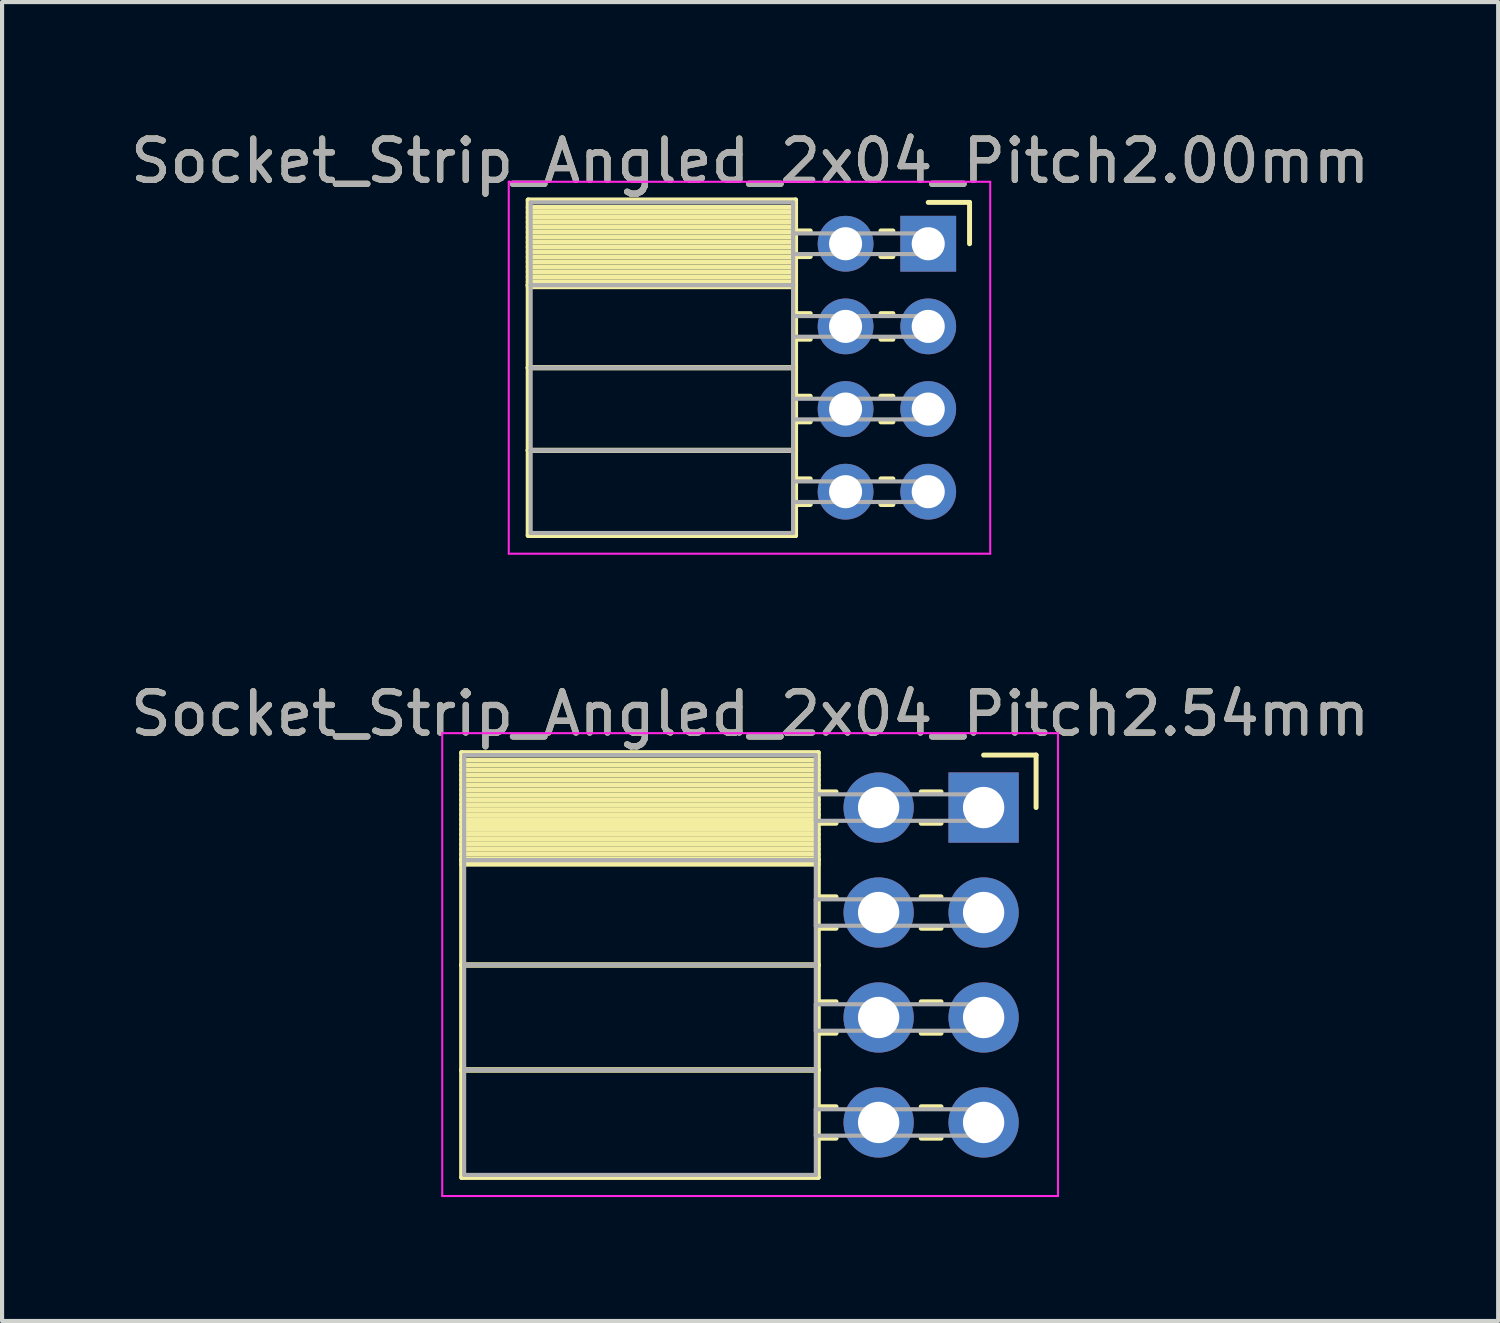
<source format=kicad_pcb>
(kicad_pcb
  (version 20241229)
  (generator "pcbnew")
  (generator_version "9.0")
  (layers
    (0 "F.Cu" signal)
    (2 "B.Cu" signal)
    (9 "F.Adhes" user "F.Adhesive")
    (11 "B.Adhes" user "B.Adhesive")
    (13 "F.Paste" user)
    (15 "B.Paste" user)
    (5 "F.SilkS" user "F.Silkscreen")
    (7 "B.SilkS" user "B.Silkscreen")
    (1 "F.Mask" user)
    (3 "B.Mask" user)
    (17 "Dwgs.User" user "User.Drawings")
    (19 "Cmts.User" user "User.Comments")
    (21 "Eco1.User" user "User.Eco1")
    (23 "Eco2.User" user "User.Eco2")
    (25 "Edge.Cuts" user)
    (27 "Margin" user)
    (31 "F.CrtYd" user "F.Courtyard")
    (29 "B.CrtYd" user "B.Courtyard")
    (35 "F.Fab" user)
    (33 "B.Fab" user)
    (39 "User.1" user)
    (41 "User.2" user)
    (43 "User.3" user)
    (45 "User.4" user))
  (footprint "Socket_Strip_Angled_2x04_Pitch2.54mm"
    (layer "F.Cu")
    (at 20.751 16.491)
    (property "Reference" "Socket_Strip_Angled_2x04_Pitch2.54mm" (at -5.65 -2.27 0) (layer "F.SilkS") (effects (font (size 1 1) (thickness 0.15))))
    (attr through_hole)
    (fp_line (start -12.63 -1.33) (end -4 -1.33) (stroke (width 0.12) (type solid)) (layer "F.SilkS"))
    (fp_line (start -12.63 1.27) (end -12.63 -1.33) (stroke (width 0.12) (type solid)) (layer "F.SilkS"))
    (fp_line (start -12.63 1.27) (end -4 1.27) (stroke (width 0.12) (type solid)) (layer "F.SilkS"))
    (fp_line (start -12.63 3.81) (end -12.63 1.27) (stroke (width 0.12) (type solid)) (layer "F.SilkS"))
    (fp_line (start -12.63 3.81) (end -4 3.81) (stroke (width 0.12) (type solid)) (layer "F.SilkS"))
    (fp_line (start -12.63 6.35) (end -12.63 3.81) (stroke (width 0.12) (type solid)) (layer "F.SilkS"))
    (fp_line (start -12.63 6.35) (end -4 6.35) (stroke (width 0.12) (type solid)) (layer "F.SilkS"))
    (fp_line (start -12.63 8.95) (end -12.63 6.35) (stroke (width 0.12) (type solid)) (layer "F.SilkS"))
    (fp_line (start -4 -1.33) (end -4 1.27) (stroke (width 0.12) (type solid)) (layer "F.SilkS"))
    (fp_line (start -4 -1.15) (end -12.63 -1.15) (stroke (width 0.12) (type solid)) (layer "F.SilkS"))
    (fp_line (start -4 -1.03) (end -12.63 -1.03) (stroke (width 0.12) (type solid)) (layer "F.SilkS"))
    (fp_line (start -4 -0.91) (end -12.63 -0.91) (stroke (width 0.12) (type solid)) (layer "F.SilkS"))
    (fp_line (start -4 -0.79) (end -12.63 -0.79) (stroke (width 0.12) (type solid)) (layer "F.SilkS"))
    (fp_line (start -4 -0.67) (end -12.63 -0.67) (stroke (width 0.12) (type solid)) (layer "F.SilkS"))
    (fp_line (start -4 -0.55) (end -12.63 -0.55) (stroke (width 0.12) (type solid)) (layer "F.SilkS"))
    (fp_line (start -4 -0.43) (end -12.63 -0.43) (stroke (width 0.12) (type solid)) (layer "F.SilkS"))
    (fp_line (start -4 -0.31) (end -12.63 -0.31) (stroke (width 0.12) (type solid)) (layer "F.SilkS"))
    (fp_line (start -4 -0.19) (end -12.63 -0.19) (stroke (width 0.12) (type solid)) (layer "F.SilkS"))
    (fp_line (start -4 -0.07) (end -12.63 -0.07) (stroke (width 0.12) (type solid)) (layer "F.SilkS"))
    (fp_line (start -4 0.05) (end -12.63 0.05) (stroke (width 0.12) (type solid)) (layer "F.SilkS"))
    (fp_line (start -4 0.17) (end -12.63 0.17) (stroke (width 0.12) (type solid)) (layer "F.SilkS"))
    (fp_line (start -4 0.29) (end -12.63 0.29) (stroke (width 0.12) (type solid)) (layer "F.SilkS"))
    (fp_line (start -4 0.41) (end -12.63 0.41) (stroke (width 0.12) (type solid)) (layer "F.SilkS"))
    (fp_line (start -4 0.53) (end -12.63 0.53) (stroke (width 0.12) (type solid)) (layer "F.SilkS"))
    (fp_line (start -4 0.65) (end -12.63 0.65) (stroke (width 0.12) (type solid)) (layer "F.SilkS"))
    (fp_line (start -4 0.77) (end -12.63 0.77) (stroke (width 0.12) (type solid)) (layer "F.SilkS"))
    (fp_line (start -4 0.89) (end -12.63 0.89) (stroke (width 0.12) (type solid)) (layer "F.SilkS"))
    (fp_line (start -4 1.01) (end -12.63 1.01) (stroke (width 0.12) (type solid)) (layer "F.SilkS"))
    (fp_line (start -4 1.13) (end -12.63 1.13) (stroke (width 0.12) (type solid)) (layer "F.SilkS"))
    (fp_line (start -4 1.25) (end -12.63 1.25) (stroke (width 0.12) (type solid)) (layer "F.SilkS"))
    (fp_line (start -4 1.27) (end -12.63 1.27) (stroke (width 0.12) (type solid)) (layer "F.SilkS"))
    (fp_line (start -4 1.27) (end -4 3.81) (stroke (width 0.12) (type solid)) (layer "F.SilkS"))
    (fp_line (start -4 1.37) (end -12.63 1.37) (stroke (width 0.12) (type solid)) (layer "F.SilkS"))
    (fp_line (start -4 3.81) (end -12.63 3.81) (stroke (width 0.12) (type solid)) (layer "F.SilkS"))
    (fp_line (start -4 3.81) (end -4 6.35) (stroke (width 0.12) (type solid)) (layer "F.SilkS"))
    (fp_line (start -4 6.35) (end -12.63 6.35) (stroke (width 0.12) (type solid)) (layer "F.SilkS"))
    (fp_line (start -4 6.35) (end -4 8.95) (stroke (width 0.12) (type solid)) (layer "F.SilkS"))
    (fp_line (start -4 8.95) (end -12.63 8.95) (stroke (width 0.12) (type solid)) (layer "F.SilkS"))
    (fp_line (start -3.57 -0.38) (end -4 -0.38) (stroke (width 0.12) (type solid)) (layer "F.SilkS"))
    (fp_line (start -3.57 0.38) (end -4 0.38) (stroke (width 0.12) (type solid)) (layer "F.SilkS"))
    (fp_line (start -3.57 2.16) (end -4 2.16) (stroke (width 0.12) (type solid)) (layer "F.SilkS"))
    (fp_line (start -3.57 2.92) (end -4 2.92) (stroke (width 0.12) (type solid)) (layer "F.SilkS"))
    (fp_line (start -3.57 4.7) (end -4 4.7) (stroke (width 0.12) (type solid)) (layer "F.SilkS"))
    (fp_line (start -3.57 5.46) (end -4 5.46) (stroke (width 0.12) (type solid)) (layer "F.SilkS"))
    (fp_line (start -3.57 7.24) (end -4 7.24) (stroke (width 0.12) (type solid)) (layer "F.SilkS"))
    (fp_line (start -3.57 8) (end -4 8) (stroke (width 0.12) (type solid)) (layer "F.SilkS"))
    (fp_line (start -1.03 -0.38) (end -1.51 -0.38) (stroke (width 0.12) (type solid)) (layer "F.SilkS"))
    (fp_line (start -1.03 0.38) (end -1.51 0.38) (stroke (width 0.12) (type solid)) (layer "F.SilkS"))
    (fp_line (start -1.03 2.16) (end -1.51 2.16) (stroke (width 0.12) (type solid)) (layer "F.SilkS"))
    (fp_line (start -1.03 2.92) (end -1.51 2.92) (stroke (width 0.12) (type solid)) (layer "F.SilkS"))
    (fp_line (start -1.03 4.7) (end -1.51 4.7) (stroke (width 0.12) (type solid)) (layer "F.SilkS"))
    (fp_line (start -1.03 5.46) (end -1.51 5.46) (stroke (width 0.12) (type solid)) (layer "F.SilkS"))
    (fp_line (start -1.03 7.24) (end -1.51 7.24) (stroke (width 0.12) (type solid)) (layer "F.SilkS"))
    (fp_line (start -1.03 8) (end -1.51 8) (stroke (width 0.12) (type solid)) (layer "F.SilkS"))
    (fp_line (start 0 -1.27) (end 1.27 -1.27) (stroke (width 0.12) (type solid)) (layer "F.SilkS"))
    (fp_line (start 1.27 -1.27) (end 1.27 0) (stroke (width 0.12) (type solid)) (layer "F.SilkS"))
    (fp_line (start -13.1 -1.8) (end 1.8 -1.8) (stroke (width 0.05) (type solid)) (layer "F.CrtYd"))
    (fp_line (start -13.1 9.4) (end -13.1 -1.8) (stroke (width 0.05) (type solid)) (layer "F.CrtYd"))
    (fp_line (start 1.8 -1.8) (end 1.8 9.4) (stroke (width 0.05) (type solid)) (layer "F.CrtYd"))
    (fp_line (start 1.8 9.4) (end -13.1 9.4) (stroke (width 0.05) (type solid)) (layer "F.CrtYd"))
    (fp_line (start -12.57 -1.27) (end -4.06 -1.27) (stroke (width 0.1) (type solid)) (layer "F.Fab"))
    (fp_line (start -12.57 1.27) (end -12.57 -1.27) (stroke (width 0.1) (type solid)) (layer "F.Fab"))
    (fp_line (start -12.57 1.27) (end -4.06 1.27) (stroke (width 0.1) (type solid)) (layer "F.Fab"))
    (fp_line (start -12.57 3.81) (end -12.57 1.27) (stroke (width 0.1) (type solid)) (layer "F.Fab"))
    (fp_line (start -12.57 3.81) (end -4.06 3.81) (stroke (width 0.1) (type solid)) (layer "F.Fab"))
    (fp_line (start -12.57 6.35) (end -12.57 3.81) (stroke (width 0.1) (type solid)) (layer "F.Fab"))
    (fp_line (start -12.57 6.35) (end -4.06 6.35) (stroke (width 0.1) (type solid)) (layer "F.Fab"))
    (fp_line (start -12.57 8.89) (end -12.57 6.35) (stroke (width 0.1) (type solid)) (layer "F.Fab"))
    (fp_line (start -4.06 -1.27) (end -4.06 1.27) (stroke (width 0.1) (type solid)) (layer "F.Fab"))
    (fp_line (start -4.06 -0.32) (end 0 -0.32) (stroke (width 0.1) (type solid)) (layer "F.Fab"))
    (fp_line (start -4.06 0.32) (end -4.06 -0.32) (stroke (width 0.1) (type solid)) (layer "F.Fab"))
    (fp_line (start -4.06 1.27) (end -12.57 1.27) (stroke (width 0.1) (type solid)) (layer "F.Fab"))
    (fp_line (start -4.06 1.27) (end -4.06 3.81) (stroke (width 0.1) (type solid)) (layer "F.Fab"))
    (fp_line (start -4.06 2.22) (end 0 2.22) (stroke (width 0.1) (type solid)) (layer "F.Fab"))
    (fp_line (start -4.06 2.86) (end -4.06 2.22) (stroke (width 0.1) (type solid)) (layer "F.Fab"))
    (fp_line (start -4.06 3.81) (end -12.57 3.81) (stroke (width 0.1) (type solid)) (layer "F.Fab"))
    (fp_line (start -4.06 3.81) (end -4.06 6.35) (stroke (width 0.1) (type solid)) (layer "F.Fab"))
    (fp_line (start -4.06 4.76) (end 0 4.76) (stroke (width 0.1) (type solid)) (layer "F.Fab"))
    (fp_line (start -4.06 5.4) (end -4.06 4.76) (stroke (width 0.1) (type solid)) (layer "F.Fab"))
    (fp_line (start -4.06 6.35) (end -12.57 6.35) (stroke (width 0.1) (type solid)) (layer "F.Fab"))
    (fp_line (start -4.06 6.35) (end -4.06 8.89) (stroke (width 0.1) (type solid)) (layer "F.Fab"))
    (fp_line (start -4.06 7.3) (end 0 7.3) (stroke (width 0.1) (type solid)) (layer "F.Fab"))
    (fp_line (start -4.06 7.94) (end -4.06 7.3) (stroke (width 0.1) (type solid)) (layer "F.Fab"))
    (fp_line (start -4.06 8.89) (end -12.57 8.89) (stroke (width 0.1) (type solid)) (layer "F.Fab"))
    (fp_line (start 0 -0.32) (end 0 0.32) (stroke (width 0.1) (type solid)) (layer "F.Fab"))
    (fp_line (start 0 0.32) (end -4.06 0.32) (stroke (width 0.1) (type solid)) (layer "F.Fab"))
    (fp_line (start 0 2.22) (end 0 2.86) (stroke (width 0.1) (type solid)) (layer "F.Fab"))
    (fp_line (start 0 2.86) (end -4.06 2.86) (stroke (width 0.1) (type solid)) (layer "F.Fab"))
    (fp_line (start 0 4.76) (end 0 5.4) (stroke (width 0.1) (type solid)) (layer "F.Fab"))
    (fp_line (start 0 5.4) (end -4.06 5.4) (stroke (width 0.1) (type solid)) (layer "F.Fab"))
    (fp_line (start 0 7.3) (end 0 7.94) (stroke (width 0.1) (type solid)) (layer "F.Fab"))
    (fp_line (start 0 7.94) (end -4.06 7.94) (stroke (width 0.1) (type solid)) (layer "F.Fab"))
    (fp_text user "${REFERENCE}" (at -5.65 -2.27 0) (layer "F.Fab") (effects (font (size 1 1) (thickness 0.15))))
    (pad "1" thru_hole rect (at 0 0) (size 1.7 1.7) (drill 1) (layers "*.Cu" "*.Mask"))
    (pad "2" thru_hole oval (at -2.54 0) (size 1.7 1.7) (drill 1) (layers "*.Cu" "*.Mask"))
    (pad "3" thru_hole oval (at 0 2.54) (size 1.7 1.7) (drill 1) (layers "*.Cu" "*.Mask"))
    (pad "4" thru_hole oval (at -2.54 2.54) (size 1.7 1.7) (drill 1) (layers "*.Cu" "*.Mask"))
    (pad "5" thru_hole oval (at 0 5.08) (size 1.7 1.7) (drill 1) (layers "*.Cu" "*.Mask"))
    (pad "6" thru_hole oval (at -2.54 5.08) (size 1.7 1.7) (drill 1) (layers "*.Cu" "*.Mask"))
    (pad "7" thru_hole oval (at 0 7.62) (size 1.7 1.7) (drill 1) (layers "*.Cu" "*.Mask"))
    (pad "8" thru_hole oval (at -2.54 7.62) (size 1.7 1.7) (drill 1) (layers "*.Cu" "*.Mask")))
  (footprint "Socket_Strip_Angled_2x04_Pitch2.00mm"
    (layer "F.Cu")
    (at 19.411 2.848)
    (property "Reference" "Socket_Strip_Angled_2x04_Pitch2.00mm" (at -4.31 -2 0) (layer "F.SilkS") (effects (font (size 1 1) (thickness 0.15))))
    (attr through_hole)
    (fp_line (start -9.68 -1.06) (end -3.21 -1.06) (stroke (width 0.12) (type solid)) (layer "F.SilkS"))
    (fp_line (start -9.68 1) (end -9.68 -1.06) (stroke (width 0.12) (type solid)) (layer "F.SilkS"))
    (fp_line (start -9.68 1) (end -3.21 1) (stroke (width 0.12) (type solid)) (layer "F.SilkS"))
    (fp_line (start -9.68 3) (end -9.68 1) (stroke (width 0.12) (type solid)) (layer "F.SilkS"))
    (fp_line (start -9.68 3) (end -3.21 3) (stroke (width 0.12) (type solid)) (layer "F.SilkS"))
    (fp_line (start -9.68 5) (end -9.68 3) (stroke (width 0.12) (type solid)) (layer "F.SilkS"))
    (fp_line (start -9.68 5) (end -3.21 5) (stroke (width 0.12) (type solid)) (layer "F.SilkS"))
    (fp_line (start -9.68 7.06) (end -9.68 5) (stroke (width 0.12) (type solid)) (layer "F.SilkS"))
    (fp_line (start -3.21 -1.06) (end -3.21 1) (stroke (width 0.12) (type solid)) (layer "F.SilkS"))
    (fp_line (start -3.21 -0.88) (end -9.68 -0.88) (stroke (width 0.12) (type solid)) (layer "F.SilkS"))
    (fp_line (start -3.21 -0.76) (end -9.68 -0.76) (stroke (width 0.12) (type solid)) (layer "F.SilkS"))
    (fp_line (start -3.21 -0.64) (end -9.68 -0.64) (stroke (width 0.12) (type solid)) (layer "F.SilkS"))
    (fp_line (start -3.21 -0.52) (end -9.68 -0.52) (stroke (width 0.12) (type solid)) (layer "F.SilkS"))
    (fp_line (start -3.21 -0.4) (end -9.68 -0.4) (stroke (width 0.12) (type solid)) (layer "F.SilkS"))
    (fp_line (start -3.21 -0.28) (end -9.68 -0.28) (stroke (width 0.12) (type solid)) (layer "F.SilkS"))
    (fp_line (start -3.21 -0.16) (end -9.68 -0.16) (stroke (width 0.12) (type solid)) (layer "F.SilkS"))
    (fp_line (start -3.21 -0.04) (end -9.68 -0.04) (stroke (width 0.12) (type solid)) (layer "F.SilkS"))
    (fp_line (start -3.21 0.08) (end -9.68 0.08) (stroke (width 0.12) (type solid)) (layer "F.SilkS"))
    (fp_line (start -3.21 0.2) (end -9.68 0.2) (stroke (width 0.12) (type solid)) (layer "F.SilkS"))
    (fp_line (start -3.21 0.32) (end -9.68 0.32) (stroke (width 0.12) (type solid)) (layer "F.SilkS"))
    (fp_line (start -3.21 0.44) (end -9.68 0.44) (stroke (width 0.12) (type solid)) (layer "F.SilkS"))
    (fp_line (start -3.21 0.56) (end -9.68 0.56) (stroke (width 0.12) (type solid)) (layer "F.SilkS"))
    (fp_line (start -3.21 0.68) (end -9.68 0.68) (stroke (width 0.12) (type solid)) (layer "F.SilkS"))
    (fp_line (start -3.21 0.8) (end -9.68 0.8) (stroke (width 0.12) (type solid)) (layer "F.SilkS"))
    (fp_line (start -3.21 0.92) (end -9.68 0.92) (stroke (width 0.12) (type solid)) (layer "F.SilkS"))
    (fp_line (start -3.21 1) (end -9.68 1) (stroke (width 0.12) (type solid)) (layer "F.SilkS"))
    (fp_line (start -3.21 1) (end -3.21 3) (stroke (width 0.12) (type solid)) (layer "F.SilkS"))
    (fp_line (start -3.21 1.04) (end -9.68 1.04) (stroke (width 0.12) (type solid)) (layer "F.SilkS"))
    (fp_line (start -3.21 3) (end -9.68 3) (stroke (width 0.12) (type solid)) (layer "F.SilkS"))
    (fp_line (start -3.21 3) (end -3.21 5) (stroke (width 0.12) (type solid)) (layer "F.SilkS"))
    (fp_line (start -3.21 5) (end -9.68 5) (stroke (width 0.12) (type solid)) (layer "F.SilkS"))
    (fp_line (start -3.21 5) (end -3.21 7.06) (stroke (width 0.12) (type solid)) (layer "F.SilkS"))
    (fp_line (start -3.21 7.06) (end -9.68 7.06) (stroke (width 0.12) (type solid)) (layer "F.SilkS"))
    (fp_line (start -2.855 -0.31) (end -3.21 -0.31) (stroke (width 0.12) (type solid)) (layer "F.SilkS"))
    (fp_line (start -2.855 0.31) (end -3.21 0.31) (stroke (width 0.12) (type solid)) (layer "F.SilkS"))
    (fp_line (start -2.855 1.69) (end -3.21 1.69) (stroke (width 0.12) (type solid)) (layer "F.SilkS"))
    (fp_line (start -2.855 2.31) (end -3.21 2.31) (stroke (width 0.12) (type solid)) (layer "F.SilkS"))
    (fp_line (start -2.855 3.69) (end -3.21 3.69) (stroke (width 0.12) (type solid)) (layer "F.SilkS"))
    (fp_line (start -2.855 4.31) (end -3.21 4.31) (stroke (width 0.12) (type solid)) (layer "F.SilkS"))
    (fp_line (start -2.855 5.69) (end -3.21 5.69) (stroke (width 0.12) (type solid)) (layer "F.SilkS"))
    (fp_line (start -2.855 6.31) (end -3.21 6.31) (stroke (width 0.12) (type solid)) (layer "F.SilkS"))
    (fp_line (start -0.855 -0.31) (end -1.145 -0.31) (stroke (width 0.12) (type solid)) (layer "F.SilkS"))
    (fp_line (start -0.855 0.31) (end -1.145 0.31) (stroke (width 0.12) (type solid)) (layer "F.SilkS"))
    (fp_line (start -0.855 1.69) (end -1.145 1.69) (stroke (width 0.12) (type solid)) (layer "F.SilkS"))
    (fp_line (start -0.855 2.31) (end -1.145 2.31) (stroke (width 0.12) (type solid)) (layer "F.SilkS"))
    (fp_line (start -0.855 3.69) (end -1.145 3.69) (stroke (width 0.12) (type solid)) (layer "F.SilkS"))
    (fp_line (start -0.855 4.31) (end -1.145 4.31) (stroke (width 0.12) (type solid)) (layer "F.SilkS"))
    (fp_line (start -0.855 5.69) (end -1.145 5.69) (stroke (width 0.12) (type solid)) (layer "F.SilkS"))
    (fp_line (start -0.855 6.31) (end -1.145 6.31) (stroke (width 0.12) (type solid)) (layer "F.SilkS"))
    (fp_line (start 0 -1) (end 1 -1) (stroke (width 0.12) (type solid)) (layer "F.SilkS"))
    (fp_line (start 1 -1) (end 1 0) (stroke (width 0.12) (type solid)) (layer "F.SilkS"))
    (fp_line (start -10.15 -1.5) (end 1.5 -1.5) (stroke (width 0.05) (type solid)) (layer "F.CrtYd"))
    (fp_line (start -10.15 7.5) (end -10.15 -1.5) (stroke (width 0.05) (type solid)) (layer "F.CrtYd"))
    (fp_line (start 1.5 -1.5) (end 1.5 7.5) (stroke (width 0.05) (type solid)) (layer "F.CrtYd"))
    (fp_line (start 1.5 7.5) (end -10.15 7.5) (stroke (width 0.05) (type solid)) (layer "F.CrtYd"))
    (fp_line (start -9.62 -1) (end -3.27 -1) (stroke (width 0.1) (type solid)) (layer "F.Fab"))
    (fp_line (start -9.62 1) (end -9.62 -1) (stroke (width 0.1) (type solid)) (layer "F.Fab"))
    (fp_line (start -9.62 1) (end -3.27 1) (stroke (width 0.1) (type solid)) (layer "F.Fab"))
    (fp_line (start -9.62 3) (end -9.62 1) (stroke (width 0.1) (type solid)) (layer "F.Fab"))
    (fp_line (start -9.62 3) (end -3.27 3) (stroke (width 0.1) (type solid)) (layer "F.Fab"))
    (fp_line (start -9.62 5) (end -9.62 3) (stroke (width 0.1) (type solid)) (layer "F.Fab"))
    (fp_line (start -9.62 5) (end -3.27 5) (stroke (width 0.1) (type solid)) (layer "F.Fab"))
    (fp_line (start -9.62 7) (end -9.62 5) (stroke (width 0.1) (type solid)) (layer "F.Fab"))
    (fp_line (start -3.27 -1) (end -3.27 1) (stroke (width 0.1) (type solid)) (layer "F.Fab"))
    (fp_line (start -3.27 -0.25) (end 0 -0.25) (stroke (width 0.1) (type solid)) (layer "F.Fab"))
    (fp_line (start -3.27 0.25) (end -3.27 -0.25) (stroke (width 0.1) (type solid)) (layer "F.Fab"))
    (fp_line (start -3.27 1) (end -9.62 1) (stroke (width 0.1) (type solid)) (layer "F.Fab"))
    (fp_line (start -3.27 1) (end -3.27 3) (stroke (width 0.1) (type solid)) (layer "F.Fab"))
    (fp_line (start -3.27 1.75) (end 0 1.75) (stroke (width 0.1) (type solid)) (layer "F.Fab"))
    (fp_line (start -3.27 2.25) (end -3.27 1.75) (stroke (width 0.1) (type solid)) (layer "F.Fab"))
    (fp_line (start -3.27 3) (end -9.62 3) (stroke (width 0.1) (type solid)) (layer "F.Fab"))
    (fp_line (start -3.27 3) (end -3.27 5) (stroke (width 0.1) (type solid)) (layer "F.Fab"))
    (fp_line (start -3.27 3.75) (end 0 3.75) (stroke (width 0.1) (type solid)) (layer "F.Fab"))
    (fp_line (start -3.27 4.25) (end -3.27 3.75) (stroke (width 0.1) (type solid)) (layer "F.Fab"))
    (fp_line (start -3.27 5) (end -9.62 5) (stroke (width 0.1) (type solid)) (layer "F.Fab"))
    (fp_line (start -3.27 5) (end -3.27 7) (stroke (width 0.1) (type solid)) (layer "F.Fab"))
    (fp_line (start -3.27 5.75) (end 0 5.75) (stroke (width 0.1) (type solid)) (layer "F.Fab"))
    (fp_line (start -3.27 6.25) (end -3.27 5.75) (stroke (width 0.1) (type solid)) (layer "F.Fab"))
    (fp_line (start -3.27 7) (end -9.62 7) (stroke (width 0.1) (type solid)) (layer "F.Fab"))
    (fp_line (start 0 -0.25) (end 0 0.25) (stroke (width 0.1) (type solid)) (layer "F.Fab"))
    (fp_line (start 0 0.25) (end -3.27 0.25) (stroke (width 0.1) (type solid)) (layer "F.Fab"))
    (fp_line (start 0 1.75) (end 0 2.25) (stroke (width 0.1) (type solid)) (layer "F.Fab"))
    (fp_line (start 0 2.25) (end -3.27 2.25) (stroke (width 0.1) (type solid)) (layer "F.Fab"))
    (fp_line (start 0 3.75) (end 0 4.25) (stroke (width 0.1) (type solid)) (layer "F.Fab"))
    (fp_line (start 0 4.25) (end -3.27 4.25) (stroke (width 0.1) (type solid)) (layer "F.Fab"))
    (fp_line (start 0 5.75) (end 0 6.25) (stroke (width 0.1) (type solid)) (layer "F.Fab"))
    (fp_line (start 0 6.25) (end -3.27 6.25) (stroke (width 0.1) (type solid)) (layer "F.Fab"))
    (fp_text user "${REFERENCE}" (at -4.31 -2 0) (layer "F.Fab") (effects (font (size 1 1) (thickness 0.15))))
    (pad "1" thru_hole rect (at 0 0) (size 1.35 1.35) (drill 0.8) (layers "*.Cu" "*.Mask"))
    (pad "2" thru_hole oval (at -2 0) (size 1.35 1.35) (drill 0.8) (layers "*.Cu" "*.Mask"))
    (pad "3" thru_hole oval (at 0 2) (size 1.35 1.35) (drill 0.8) (layers "*.Cu" "*.Mask"))
    (pad "4" thru_hole oval (at -2 2) (size 1.35 1.35) (drill 0.8) (layers "*.Cu" "*.Mask"))
    (pad "5" thru_hole oval (at 0 4) (size 1.35 1.35) (drill 0.8) (layers "*.Cu" "*.Mask"))
    (pad "6" thru_hole oval (at -2 4) (size 1.35 1.35) (drill 0.8) (layers "*.Cu" "*.Mask"))
    (pad "7" thru_hole oval (at 0 6) (size 1.35 1.35) (drill 0.8) (layers "*.Cu" "*.Mask"))
    (pad "8" thru_hole oval (at -2 6) (size 1.35 1.35) (drill 0.8) (layers "*.Cu" "*.Mask")))
  (gr_rect
    (start -3 -3)
    (end 33.202 28.916)
    (stroke (width 0.1) (type default))
    (fill no)
    (layer "Edge.Cuts")))
</source>
